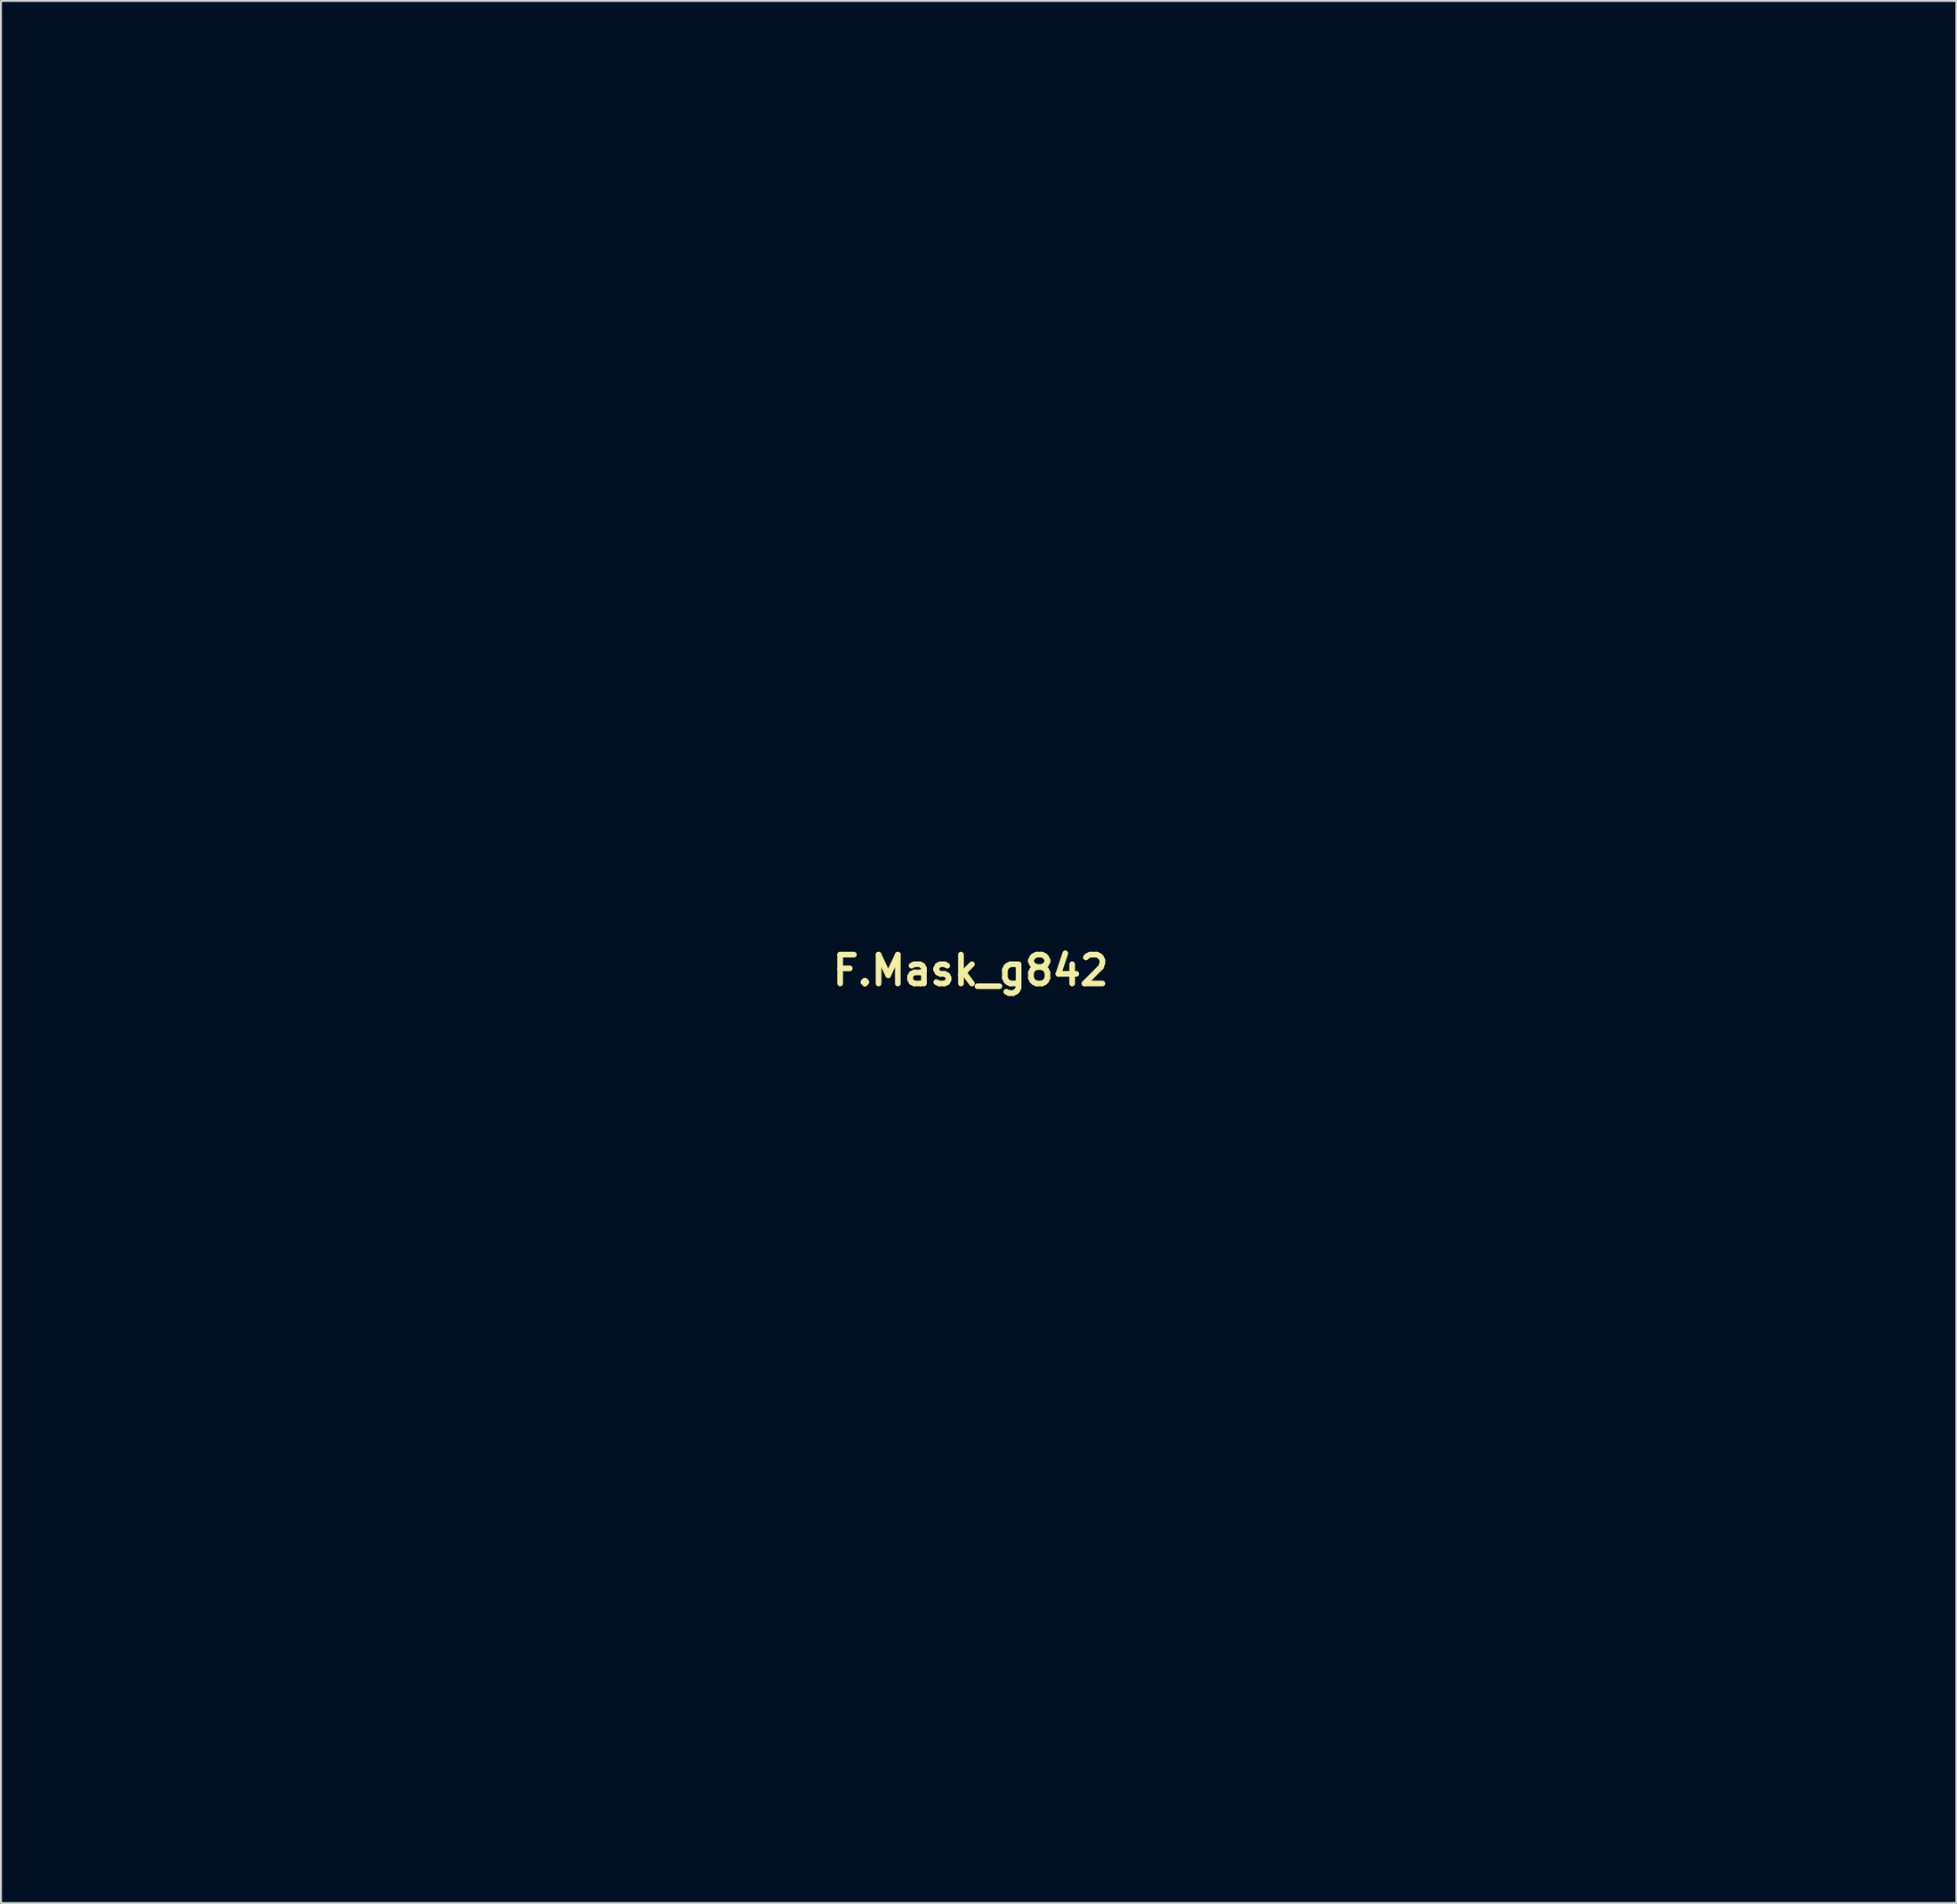
<source format=kicad_pcb>
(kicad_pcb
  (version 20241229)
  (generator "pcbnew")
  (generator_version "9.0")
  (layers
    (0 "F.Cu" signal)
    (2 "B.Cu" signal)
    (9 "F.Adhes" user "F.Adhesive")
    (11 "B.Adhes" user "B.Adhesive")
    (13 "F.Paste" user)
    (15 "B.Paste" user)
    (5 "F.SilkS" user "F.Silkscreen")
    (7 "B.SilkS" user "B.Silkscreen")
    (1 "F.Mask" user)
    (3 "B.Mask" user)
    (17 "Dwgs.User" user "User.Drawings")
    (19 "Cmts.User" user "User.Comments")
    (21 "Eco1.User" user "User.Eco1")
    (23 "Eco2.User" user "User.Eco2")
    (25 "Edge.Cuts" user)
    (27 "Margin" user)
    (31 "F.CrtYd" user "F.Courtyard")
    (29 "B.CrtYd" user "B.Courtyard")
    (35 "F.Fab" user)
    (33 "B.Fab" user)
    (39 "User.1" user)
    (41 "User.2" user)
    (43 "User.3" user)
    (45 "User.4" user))
  (footprint "F.Mask_g842"
    (layer "F.Cu")
    (at 48.258 48.256)
    (property "Reference" "F.Mask_g842" (at 0 0 0) (layer "F.SilkS") (effects (font (size 1.524 1.524) (thickness 0.3))))
    (attr through_hole)
    (fp_poly (pts (xy 22.945 43.857) (xy 22.013 43.857) (xy 22.013 44.577) (xy 22.86 44.577) (xy 22.86 44.831) (xy 22.013 44.831) (xy 22.013 45.932) (xy 21.675 45.932) (xy 21.675 43.603) (xy 22.945 43.603) (xy 22.945 43.857)) (stroke (width 0.01) (type solid)) (fill yes) (layer "F.Mask"))
    (fp_poly (pts (xy -45.957 45.539) (xy -45.861 45.619) (xy -45.84 45.656) (xy -45.82 45.777) (xy -45.864 45.879) (xy -45.951 45.947) (xy -46.058 45.968) (xy -46.166 45.928) (xy -46.2 45.897) (xy -46.264 45.775) (xy -46.247 45.651) (xy -46.187 45.573) (xy -46.076 45.522) (xy -45.957 45.539)) (stroke (width 0.01) (type solid)) (fill yes) (layer "F.Mask"))
    (fp_poly (pts (xy -47.926 45.56) (xy -47.857 45.644) (xy -47.837 45.745) (xy -47.87 45.858) (xy -47.953 45.939) (xy -48.06 45.975) (xy -48.165 45.955) (xy -48.215 45.913) (xy -48.247 45.831) (xy -48.253 45.716) (xy -48.252 45.713) (xy -48.21 45.597) (xy -48.126 45.534) (xy -48.024 45.522) (xy -47.926 45.56)) (stroke (width 0.01) (type solid)) (fill yes) (layer "F.Mask"))
    (fp_poly (pts (xy -19.791 44.53) (xy -19.692 44.624) (xy -19.644 44.747) (xy -19.643 44.767) (xy -19.676 44.893) (xy -19.761 44.986) (xy -19.874 45.033) (xy -19.992 45.026) (xy -20.077 44.969) (xy -20.148 44.841) (xy -20.156 44.707) (xy -20.109 44.591) (xy -20.013 44.512) (xy -19.915 44.492) (xy -19.791 44.53)) (stroke (width 0.01) (type solid)) (fill yes) (layer "F.Mask"))
    (fp_poly (pts (xy -23.874 44.507) (xy -23.762 44.566) (xy -23.685 44.668) (xy -23.664 44.767) (xy -23.697 44.882) (xy -23.777 44.982) (xy -23.878 45.039) (xy -23.909 45.043) (xy -24 45.019) (xy -24.078 44.977) (xy -24.149 44.881) (xy -24.173 44.751) (xy -24.148 44.622) (xy -24.106 44.559) (xy -23.997 44.5) (xy -23.874 44.507)) (stroke (width 0.01) (type solid)) (fill yes) (layer "F.Mask"))
    (fp_poly (pts (xy -47.894 44.185) (xy -47.911 44.519) (xy -47.927 44.777) (xy -47.944 44.969) (xy -47.963 45.104) (xy -47.984 45.19) (xy -48.011 45.237) (xy -48.043 45.254) (xy -48.052 45.254) (xy -48.13 45.234) (xy -48.153 45.213) (xy -48.163 45.16) (xy -48.174 45.036) (xy -48.185 44.855) (xy -48.196 44.632) (xy -48.205 44.388) (xy -48.231 43.603) (xy -47.866 43.603) (xy -47.894 44.185)) (stroke (width 0.01) (type solid)) (fill yes) (layer "F.Mask"))
    (fp_poly (pts (xy -45.903 44.334) (xy -45.915 44.638) (xy -45.928 44.868) (xy -45.942 45.033) (xy -45.961 45.144) (xy -45.984 45.211) (xy -46.015 45.245) (xy -46.054 45.254) (xy -46.058 45.254) (xy -46.105 45.234) (xy -46.137 45.163) (xy -46.16 45.032) (xy -46.172 44.906) (xy -46.186 44.72) (xy -46.2 44.495) (xy -46.212 44.255) (xy -46.215 44.207) (xy -46.241 43.603) (xy -45.876 43.603) (xy -45.903 44.334)) (stroke (width 0.01) (type solid)) (fill yes) (layer "F.Mask"))
    (fp_poly (pts (xy 8.33 45.56) (xy 8.414 45.618) (xy 8.423 45.633) (xy 8.463 45.79) (xy 8.44 45.965) (xy 8.361 46.129) (xy 8.246 46.247) (xy 8.156 46.301) (xy 8.099 46.303) (xy 8.049 46.256) (xy 8.032 46.202) (xy 8.078 46.135) (xy 8.112 46.105) (xy 8.183 46.038) (xy 8.193 45.999) (xy 8.149 45.959) (xy 8.138 45.951) (xy 8.046 45.842) (xy 8.032 45.703) (xy 8.048 45.644) (xy 8.113 45.574) (xy 8.218 45.546) (xy 8.33 45.56)) (stroke (width 0.01) (type solid)) (fill yes) (layer "F.Mask"))
    (fp_poly (pts (xy 41.148 45.932) (xy 40.853 45.932) (xy 40.831 44.097) (xy 40.684 44.509) (xy 40.538 44.92) (xy 40.393 44.907) (xy 40.325 44.898) (xy 40.275 44.873) (xy 40.233 44.819) (xy 40.186 44.718) (xy 40.124 44.557) (xy 40.109 44.514) (xy 39.968 44.133) (xy 39.965 45.032) (xy 39.963 45.932) (xy 39.624 45.932) (xy 39.624 43.603) (xy 40.034 43.603) (xy 40.216 44.094) (xy 40.398 44.585) (xy 40.575 44.105) (xy 40.752 43.624) (xy 40.95 43.612) (xy 41.148 43.599) (xy 41.148 45.932)) (stroke (width 0.01) (type solid)) (fill yes) (layer "F.Mask"))
    (fp_poly (pts (xy 44.858 44.165) (xy 45.005 44.19) (xy 45.079 44.23) (xy 45.091 44.3) (xy 45.06 44.394) (xy 45.016 44.481) (xy 44.966 44.507) (xy 44.875 44.488) (xy 44.858 44.483) (xy 44.672 44.459) (xy 44.505 44.511) (xy 44.343 44.644) (xy 44.337 44.651) (xy 44.196 44.805) (xy 44.196 45.932) (xy 43.9 45.932) (xy 43.9 44.196) (xy 44.048 44.196) (xy 44.147 44.203) (xy 44.188 44.239) (xy 44.196 44.326) (xy 44.196 44.457) (xy 44.326 44.326) (xy 44.462 44.217) (xy 44.607 44.164) (xy 44.79 44.158) (xy 44.858 44.165)) (stroke (width 0.01) (type solid)) (fill yes) (layer "F.Mask"))
    (fp_poly (pts (xy 2.683 44.159) (xy 2.813 44.195) (xy 2.883 44.228) (xy 2.9 44.272) (xy 2.871 44.358) (xy 2.864 44.375) (xy 2.807 44.468) (xy 2.751 44.497) (xy 2.747 44.497) (xy 2.519 44.461) (xy 2.327 44.501) (xy 2.166 44.617) (xy 2.085 44.718) (xy 2.045 44.784) (xy 2.018 44.855) (xy 2.002 44.948) (xy 1.993 45.082) (xy 1.99 45.274) (xy 1.99 45.395) (xy 1.99 45.932) (xy 1.693 45.932) (xy 1.693 44.196) (xy 1.841 44.196) (xy 1.941 44.203) (xy 1.982 44.24) (xy 1.991 44.33) (xy 1.991 44.334) (xy 1.995 44.424) (xy 2.013 44.441) (xy 2.059 44.392) (xy 2.065 44.385) (xy 2.244 44.235) (xy 2.455 44.158) (xy 2.683 44.159)) (stroke (width 0.01) (type solid)) (fill yes) (layer "F.Mask"))
    (fp_poly (pts (xy 6.481 44.197) (xy 6.666 44.201) (xy 6.789 44.209) (xy 6.861 44.222) (xy 6.894 44.241) (xy 6.9 44.259) (xy 6.877 44.311) (xy 6.81 44.42) (xy 6.709 44.575) (xy 6.581 44.763) (xy 6.433 44.973) (xy 6.414 45) (xy 5.928 45.678) (xy 6.9 45.678) (xy 6.9 45.932) (xy 6.223 45.932) (xy 5.97 45.931) (xy 5.789 45.929) (xy 5.669 45.924) (xy 5.597 45.913) (xy 5.56 45.895) (xy 5.547 45.869) (xy 5.546 45.836) (xy 5.57 45.77) (xy 5.639 45.648) (xy 5.745 45.481) (xy 5.882 45.28) (xy 6.006 45.106) (xy 6.467 44.471) (xy 6.006 44.459) (xy 5.546 44.447) (xy 5.546 44.196) (xy 6.223 44.196) (xy 6.481 44.197)) (stroke (width 0.01) (type solid)) (fill yes) (layer "F.Mask"))
    (fp_poly (pts (xy -39.583 44.201) (xy -39.448 44.293) (xy -39.375 44.413) (xy -39.358 44.505) (xy -39.343 44.666) (xy -39.333 44.879) (xy -39.328 45.129) (xy -39.328 45.239) (xy -39.328 45.932) (xy -39.624 45.932) (xy -39.624 45.254) (xy -39.625 44.998) (xy -39.628 44.813) (xy -39.636 44.684) (xy -39.649 44.599) (xy -39.669 44.543) (xy -39.699 44.503) (xy -39.709 44.492) (xy -39.834 44.417) (xy -39.98 44.424) (xy -40.148 44.511) (xy -40.27 44.611) (xy -40.386 44.72) (xy -40.386 45.932) (xy -40.682 45.932) (xy -40.682 44.196) (xy -40.534 44.196) (xy -40.434 44.204) (xy -40.393 44.239) (xy -40.386 44.309) (xy -40.386 44.422) (xy -40.291 44.333) (xy -40.126 44.222) (xy -39.94 44.163) (xy -39.753 44.157) (xy -39.583 44.201)) (stroke (width 0.01) (type solid)) (fill yes) (layer "F.Mask"))
    (fp_poly (pts (xy -7.436 44.196) (xy -7.295 44.301) (xy -7.204 44.464) (xy -7.198 44.484) (xy -7.183 44.581) (xy -7.17 44.744) (xy -7.16 44.952) (xy -7.155 45.186) (xy -7.155 45.286) (xy -7.154 45.932) (xy -7.445 45.932) (xy -7.458 45.259) (xy -7.465 45) (xy -7.472 44.813) (xy -7.484 44.682) (xy -7.5 44.595) (xy -7.523 44.537) (xy -7.552 44.497) (xy -7.672 44.421) (xy -7.82 44.424) (xy -7.993 44.505) (xy -8.037 44.535) (xy -8.213 44.662) (xy -8.213 45.932) (xy -8.509 45.932) (xy -8.509 44.196) (xy -8.361 44.196) (xy -8.259 44.205) (xy -8.218 44.242) (xy -8.213 44.282) (xy -8.208 44.331) (xy -8.183 44.342) (xy -8.118 44.313) (xy -8.029 44.261) (xy -7.817 44.172) (xy -7.615 44.151) (xy -7.436 44.196)) (stroke (width 0.01) (type solid)) (fill yes) (layer "F.Mask"))
    (fp_poly (pts (xy 3.852 44.873) (xy 3.853 45.129) (xy 3.856 45.314) (xy 3.864 45.442) (xy 3.877 45.527) (xy 3.897 45.583) (xy 3.926 45.624) (xy 3.941 45.64) (xy 4.06 45.703) (xy 4.208 45.691) (xy 4.379 45.605) (xy 4.445 45.556) (xy 4.593 45.436) (xy 4.605 44.816) (xy 4.617 44.196) (xy 4.911 44.196) (xy 4.911 45.932) (xy 4.763 45.932) (xy 4.662 45.924) (xy 4.621 45.888) (xy 4.614 45.825) (xy 4.614 45.719) (xy 4.446 45.83) (xy 4.244 45.926) (xy 4.033 45.961) (xy 3.839 45.933) (xy 3.784 45.909) (xy 3.707 45.863) (xy 3.649 45.804) (xy 3.608 45.722) (xy 3.581 45.603) (xy 3.565 45.436) (xy 3.558 45.209) (xy 3.556 44.914) (xy 3.556 44.196) (xy 3.852 44.196) (xy 3.852 44.873)) (stroke (width 0.01) (type solid)) (fill yes) (layer "F.Mask"))
    (fp_poly (pts (xy 18.553 -33.848) (xy 18.943 -33.705) (xy 19.275 -33.502) (xy 19.549 -33.237) (xy 19.763 -32.912) (xy 19.918 -32.526) (xy 19.964 -32.356) (xy 19.995 -32.185) (xy 20.013 -31.987) (xy 20.02 -31.74) (xy 20.017 -31.454) (xy 20.002 -30.84) (xy 19.834 -30.525) (xy 19.608 -30.168) (xy 19.344 -29.868) (xy 19.052 -29.631) (xy 18.739 -29.461) (xy 18.412 -29.363) (xy 18.081 -29.342) (xy 17.841 -29.377) (xy 17.513 -29.497) (xy 17.214 -29.69) (xy 16.95 -29.945) (xy 16.726 -30.253) (xy 16.549 -30.604) (xy 16.425 -30.988) (xy 16.359 -31.397) (xy 16.354 -31.771) (xy 16.409 -32.172) (xy 16.523 -32.547) (xy 16.688 -32.89) (xy 16.898 -33.193) (xy 17.144 -33.451) (xy 17.42 -33.656) (xy 17.718 -33.801) (xy 18.031 -33.88) (xy 18.352 -33.885) (xy 18.553 -33.848)) (stroke (width 0.01) (type solid)) (fill yes) (layer "F.Mask"))
    (fp_poly (pts (xy -21.799 43.583) (xy -21.59 43.668) (xy -21.443 43.811) (xy -21.358 44.01) (xy -21.336 44.217) (xy -21.356 44.404) (xy -21.419 44.595) (xy -21.532 44.803) (xy -21.701 45.039) (xy -21.88 45.257) (xy -22.223 45.657) (xy -21.758 45.668) (xy -21.294 45.68) (xy -21.294 45.932) (xy -22.606 45.932) (xy -22.606 45.821) (xy -22.574 45.718) (xy -22.476 45.571) (xy -22.358 45.429) (xy -22.124 45.156) (xy -21.946 44.929) (xy -21.817 44.736) (xy -21.731 44.568) (xy -21.681 44.413) (xy -21.662 44.26) (xy -21.661 44.257) (xy -21.685 44.064) (xy -21.771 43.926) (xy -21.914 43.845) (xy -22.108 43.825) (xy -22.296 43.855) (xy -22.423 43.881) (xy -22.493 43.878) (xy -22.527 43.849) (xy -22.567 43.736) (xy -22.527 43.651) (xy -22.408 43.592) (xy -22.209 43.561) (xy -22.069 43.556) (xy -21.799 43.583)) (stroke (width 0.01) (type solid)) (fill yes) (layer "F.Mask"))
    (fp_poly (pts (xy 48.641 43.561) (xy 48.641 45.678) (xy 48.874 45.678) (xy 49.007 45.68) (xy 49.076 45.694) (xy 49.103 45.731) (xy 49.107 45.803) (xy 49.107 45.932) (xy 47.837 45.932) (xy 47.837 45.805) (xy 47.84 45.734) (xy 47.863 45.696) (xy 47.926 45.681) (xy 48.05 45.678) (xy 48.091 45.678) (xy 48.345 45.678) (xy 48.345 44.81) (xy 48.344 44.549) (xy 48.341 44.32) (xy 48.336 44.134) (xy 48.33 44.005) (xy 48.324 43.945) (xy 48.322 43.942) (xy 48.273 43.96) (xy 48.179 44.004) (xy 48.133 44.027) (xy 47.999 44.089) (xy 47.923 44.103) (xy 47.888 44.067) (xy 47.879 43.976) (xy 47.879 43.974) (xy 47.886 43.898) (xy 47.918 43.84) (xy 47.991 43.783) (xy 48.121 43.709) (xy 48.144 43.697) (xy 48.295 43.627) (xy 48.432 43.577) (xy 48.525 43.56) (xy 48.641 43.561)) (stroke (width 0.01) (type solid)) (fill yes) (layer "F.Mask"))
    (fp_poly (pts (xy -29.972 44.196) (xy -29.379 44.196) (xy -29.379 44.45) (xy -29.972 44.45) (xy -29.972 44.956) (xy -29.966 45.242) (xy -29.945 45.453) (xy -29.903 45.596) (xy -29.835 45.679) (xy -29.736 45.711) (xy -29.601 45.7) (xy -29.506 45.678) (xy -29.361 45.656) (xy -29.28 45.688) (xy -29.26 45.775) (xy -29.263 45.803) (xy -29.313 45.865) (xy -29.424 45.914) (xy -29.573 45.948) (xy -29.736 45.963) (xy -29.891 45.955) (xy -30.013 45.92) (xy -30.014 45.92) (xy -30.109 45.855) (xy -30.179 45.76) (xy -30.226 45.623) (xy -30.254 45.433) (xy -30.267 45.177) (xy -30.268 45.011) (xy -30.268 44.45) (xy -30.416 44.45) (xy -30.516 44.443) (xy -30.557 44.407) (xy -30.565 44.323) (xy -30.556 44.238) (xy -30.515 44.203) (xy -30.416 44.196) (xy -30.268 44.196) (xy -30.268 43.73) (xy -29.972 43.73) (xy -29.972 44.196)) (stroke (width 0.01) (type solid)) (fill yes) (layer "F.Mask"))
    (fp_poly (pts (xy 11.545 -27.35) (xy 11.856 -27.245) (xy 12.161 -27.06) (xy 12.457 -26.797) (xy 12.612 -26.621) (xy 12.871 -26.257) (xy 13.048 -25.9) (xy 13.142 -25.546) (xy 13.156 -25.191) (xy 13.091 -24.831) (xy 13.082 -24.802) (xy 13.009 -24.576) (xy 12.94 -24.408) (xy 12.862 -24.271) (xy 12.76 -24.139) (xy 12.688 -24.058) (xy 12.432 -23.841) (xy 12.132 -23.689) (xy 11.8 -23.605) (xy 11.451 -23.594) (xy 11.138 -23.647) (xy 10.757 -23.789) (xy 10.426 -23.997) (xy 10.149 -24.264) (xy 9.935 -24.583) (xy 9.819 -24.853) (xy 9.775 -24.997) (xy 9.75 -25.128) (xy 9.741 -25.273) (xy 9.746 -25.463) (xy 9.75 -25.548) (xy 9.785 -25.915) (xy 9.851 -26.218) (xy 9.955 -26.477) (xy 10.104 -26.708) (xy 10.307 -26.931) (xy 10.343 -26.966) (xy 10.629 -27.184) (xy 10.927 -27.321) (xy 11.234 -27.376) (xy 11.545 -27.35)) (stroke (width 0.01) (type solid)) (fill yes) (layer "F.Mask"))
    (fp_poly (pts (xy -25.806 43.584) (xy -25.601 43.67) (xy -25.458 43.814) (xy -25.377 44.015) (xy -25.358 44.205) (xy -25.384 44.42) (xy -25.466 44.646) (xy -25.609 44.892) (xy -25.818 45.169) (xy -25.927 45.297) (xy -26.242 45.657) (xy -25.779 45.668) (xy -25.315 45.68) (xy -25.315 45.932) (xy -26.628 45.932) (xy -26.628 45.822) (xy -26.602 45.737) (xy -26.523 45.612) (xy -26.385 45.439) (xy -26.305 45.346) (xy -26.087 45.089) (xy -25.924 44.875) (xy -25.808 44.69) (xy -25.732 44.522) (xy -25.694 44.398) (xy -25.669 44.261) (xy -25.676 44.158) (xy -25.721 44.045) (xy -25.724 44.039) (xy -25.823 43.905) (xy -25.962 43.834) (xy -26.149 43.826) (xy -26.299 43.852) (xy -26.453 43.876) (xy -26.543 43.858) (xy -26.578 43.791) (xy -26.575 43.712) (xy -26.524 43.637) (xy -26.395 43.586) (xy -26.187 43.561) (xy -26.07 43.557) (xy -25.806 43.584)) (stroke (width 0.01) (type solid)) (fill yes) (layer "F.Mask"))
    (fp_poly (pts (xy 10.227 -34.787) (xy 10.475 -34.746) (xy 10.694 -34.655) (xy 10.907 -34.507) (xy 11.113 -34.315) (xy 11.366 -34.029) (xy 11.551 -33.743) (xy 11.674 -33.44) (xy 11.744 -33.099) (xy 11.768 -32.704) (xy 11.768 -32.662) (xy 11.734 -32.179) (xy 11.635 -31.74) (xy 11.472 -31.35) (xy 11.249 -31.012) (xy 10.968 -30.731) (xy 10.63 -30.51) (xy 10.597 -30.494) (xy 10.416 -30.41) (xy 10.267 -30.36) (xy 10.11 -30.335) (xy 9.935 -30.324) (xy 9.684 -30.325) (xy 9.48 -30.353) (xy 9.352 -30.388) (xy 9.009 -30.544) (xy 8.716 -30.767) (xy 8.474 -31.054) (xy 8.289 -31.399) (xy 8.162 -31.8) (xy 8.152 -31.846) (xy 8.091 -32.319) (xy 8.103 -32.781) (xy 8.186 -33.221) (xy 8.336 -33.629) (xy 8.551 -33.996) (xy 8.779 -34.264) (xy 9.035 -34.49) (xy 9.286 -34.645) (xy 9.555 -34.74) (xy 9.864 -34.785) (xy 9.927 -34.789) (xy 10.227 -34.787)) (stroke (width 0.01) (type solid)) (fill yes) (layer "F.Mask"))
    (fp_poly (pts (xy 30.417 43.572) (xy 30.58 43.615) (xy 30.619 43.634) (xy 30.782 43.776) (xy 30.881 43.97) (xy 30.912 44.209) (xy 30.897 44.379) (xy 30.85 44.547) (xy 30.767 44.724) (xy 30.639 44.922) (xy 30.461 45.152) (xy 30.232 45.421) (xy 30.006 45.678) (xy 30.946 45.678) (xy 30.946 45.932) (xy 29.633 45.932) (xy 29.633 45.825) (xy 29.66 45.742) (xy 29.743 45.613) (xy 29.884 45.436) (xy 29.987 45.317) (xy 30.211 45.05) (xy 30.377 44.826) (xy 30.489 44.632) (xy 30.556 44.457) (xy 30.583 44.291) (xy 30.584 44.253) (xy 30.556 44.055) (xy 30.469 43.916) (xy 30.325 43.838) (xy 30.127 43.823) (xy 29.945 43.854) (xy 29.828 43.881) (xy 29.752 43.892) (xy 29.737 43.891) (xy 29.719 43.845) (xy 29.697 43.766) (xy 29.688 43.69) (xy 29.723 43.644) (xy 29.821 43.604) (xy 30.005 43.566) (xy 30.215 43.555) (xy 30.417 43.572)) (stroke (width 0.01) (type solid)) (fill yes) (layer "F.Mask"))
    (fp_poly (pts (xy -41.864 44.166) (xy -41.633 44.238) (xy -41.452 44.376) (xy -41.323 44.578) (xy -41.25 44.84) (xy -41.235 45.064) (xy -41.26 45.354) (xy -41.341 45.585) (xy -41.48 45.769) (xy -41.55 45.828) (xy -41.745 45.928) (xy -41.975 45.968) (xy -42.212 45.946) (xy -42.361 45.895) (xy -42.521 45.787) (xy -42.652 45.617) (xy -42.657 45.607) (xy -42.72 45.489) (xy -42.757 45.382) (xy -42.773 45.253) (xy -42.777 45.072) (xy -42.777 45.064) (xy -42.775 44.99) (xy -42.47 44.99) (xy -42.462 45.202) (xy -42.412 45.401) (xy -42.321 45.563) (xy -42.211 45.658) (xy -42.072 45.699) (xy -41.912 45.693) (xy -41.775 45.644) (xy -41.751 45.627) (xy -41.645 45.491) (xy -41.573 45.303) (xy -41.538 45.089) (xy -41.547 44.878) (xy -41.587 44.731) (xy -41.691 44.569) (xy -41.832 44.46) (xy -41.993 44.411) (xy -42.155 44.43) (xy -42.239 44.474) (xy -42.359 44.604) (xy -42.436 44.783) (xy -42.47 44.99) (xy -42.775 44.99) (xy -42.771 44.862) (xy -42.748 44.715) (xy -42.705 44.593) (xy -42.683 44.549) (xy -42.534 44.348) (xy -42.342 44.218) (xy -42.142 44.164) (xy -41.864 44.166)) (stroke (width 0.01) (type solid)) (fill yes) (layer "F.Mask"))
    (fp_poly (pts (xy 14.457 43.605) (xy 14.817 44.708) (xy 14.912 45) (xy 14.999 45.267) (xy 15.073 45.499) (xy 15.133 45.684) (xy 15.173 45.812) (xy 15.19 45.87) (xy 15.19 45.871) (xy 15.175 45.913) (xy 15.096 45.93) (xy 15.041 45.932) (xy 14.877 45.932) (xy 14.636 45.127) (xy 13.903 45.127) (xy 13.775 45.519) (xy 13.648 45.91) (xy 13.488 45.924) (xy 13.382 45.925) (xy 13.342 45.901) (xy 13.342 45.875) (xy 13.358 45.819) (xy 13.398 45.694) (xy 13.456 45.511) (xy 13.53 45.281) (xy 13.617 45.014) (xy 13.686 44.802) (xy 14.012 44.802) (xy 14.051 44.817) (xy 14.151 44.828) (xy 14.269 44.831) (xy 14.41 44.829) (xy 14.484 44.818) (xy 14.508 44.792) (xy 14.5 44.742) (xy 14.498 44.736) (xy 14.431 44.51) (xy 14.369 44.317) (xy 14.317 44.172) (xy 14.281 44.086) (xy 14.267 44.069) (xy 14.245 44.106) (xy 14.207 44.202) (xy 14.158 44.334) (xy 14.106 44.483) (xy 14.06 44.624) (xy 14.026 44.738) (xy 14.012 44.801) (xy 14.012 44.802) (xy 13.686 44.802) (xy 13.711 44.723) (xy 13.716 44.708) (xy 14.076 43.605) (xy 14.457 43.605)) (stroke (width 0.01) (type solid)) (fill yes) (layer "F.Mask"))
    (fp_poly (pts (xy -5.842 44.192) (xy -5.556 44.205) (xy -5.405 44.213) (xy -5.319 44.227) (xy -5.281 44.255) (xy -5.271 44.303) (xy -5.271 44.323) (xy -5.276 44.379) (xy -5.304 44.412) (xy -5.373 44.43) (xy -5.503 44.439) (xy -5.556 44.441) (xy -5.842 44.454) (xy -5.842 45.002) (xy -5.841 45.23) (xy -5.836 45.389) (xy -5.825 45.495) (xy -5.806 45.565) (xy -5.777 45.613) (xy -5.753 45.639) (xy -5.693 45.686) (xy -5.618 45.707) (xy -5.511 45.701) (xy -5.35 45.67) (xy -5.265 45.65) (xy -5.195 45.652) (xy -5.16 45.716) (xy -5.154 45.741) (xy -5.154 45.83) (xy -5.212 45.883) (xy -5.244 45.896) (xy -5.396 45.937) (xy -5.575 45.957) (xy -5.747 45.957) (xy -5.883 45.934) (xy -5.922 45.918) (xy -6.001 45.862) (xy -6.057 45.793) (xy -6.096 45.695) (xy -6.12 45.556) (xy -6.132 45.362) (xy -6.137 45.098) (xy -6.137 45.053) (xy -6.138 44.45) (xy -6.308 44.45) (xy -6.416 44.445) (xy -6.465 44.418) (xy -6.477 44.35) (xy -6.477 44.323) (xy -6.47 44.242) (xy -6.434 44.205) (xy -6.344 44.196) (xy -6.308 44.196) (xy -6.138 44.196) (xy -6.138 43.73) (xy -5.842 43.73) (xy -5.842 44.192)) (stroke (width 0.01) (type solid)) (fill yes) (layer "F.Mask"))
    (fp_poly (pts (xy 25.95 44.323) (xy 26.108 44.238) (xy 26.325 44.163) (xy 26.542 44.16) (xy 26.741 44.225) (xy 26.905 44.352) (xy 26.994 44.482) (xy 27.047 44.651) (xy 27.074 44.87) (xy 27.077 45.112) (xy 27.055 45.347) (xy 27.009 45.546) (xy 26.975 45.626) (xy 26.837 45.81) (xy 26.661 45.928) (xy 26.464 45.975) (xy 26.26 45.947) (xy 26.104 45.869) (xy 26.009 45.808) (xy 25.964 45.792) (xy 25.951 45.821) (xy 25.95 45.848) (xy 25.933 45.906) (xy 25.867 45.929) (xy 25.802 45.932) (xy 25.654 45.932) (xy 25.654 45.029) (xy 25.952 45.029) (xy 25.956 45.208) (xy 25.969 45.361) (xy 25.991 45.462) (xy 25.995 45.471) (xy 26.073 45.56) (xy 26.193 45.646) (xy 26.318 45.706) (xy 26.388 45.72) (xy 26.464 45.691) (xy 26.564 45.62) (xy 26.607 45.58) (xy 26.713 45.429) (xy 26.775 45.246) (xy 26.795 45.049) (xy 26.776 44.852) (xy 26.722 44.674) (xy 26.634 44.529) (xy 26.517 44.435) (xy 26.396 44.408) (xy 26.252 44.435) (xy 26.11 44.504) (xy 26.008 44.595) (xy 25.994 44.617) (xy 25.971 44.707) (xy 25.957 44.853) (xy 25.952 45.029) (xy 25.654 45.029) (xy 25.654 43.603) (xy 25.95 43.603) (xy 25.95 44.323)) (stroke (width 0.01) (type solid)) (fill yes) (layer "F.Mask"))
    (fp_poly (pts (xy -29.89 -16.544) (xy -29.464 -16.439) (xy -29.066 -16.266) (xy -28.684 -16.018) (xy -28.308 -15.693) (xy -28.256 -15.642) (xy -27.915 -15.254) (xy -27.655 -14.845) (xy -27.47 -14.406) (xy -27.357 -13.929) (xy -27.318 -13.547) (xy -27.33 -12.982) (xy -27.422 -12.419) (xy -27.589 -11.864) (xy -27.827 -11.32) (xy -28.13 -10.793) (xy -28.495 -10.29) (xy -28.916 -9.814) (xy -29.389 -9.371) (xy -29.909 -8.967) (xy -30.471 -8.607) (xy -31.071 -8.295) (xy -31.704 -8.038) (xy -32.366 -7.839) (xy -32.422 -7.826) (xy -32.814 -7.745) (xy -33.224 -7.684) (xy -33.632 -7.644) (xy -34.022 -7.626) (xy -34.375 -7.631) (xy -34.675 -7.66) (xy -34.808 -7.686) (xy -35.198 -7.824) (xy -35.561 -8.041) (xy -35.896 -8.336) (xy -36.095 -8.566) (xy -36.376 -8.992) (xy -36.598 -9.469) (xy -36.758 -9.984) (xy -36.858 -10.529) (xy -36.896 -11.094) (xy -36.873 -11.668) (xy -36.788 -12.242) (xy -36.642 -12.806) (xy -36.433 -13.349) (xy -36.211 -13.78) (xy -35.942 -14.166) (xy -35.597 -14.54) (xy -35.185 -14.897) (xy -34.714 -15.232) (xy -34.194 -15.54) (xy -33.632 -15.817) (xy -33.037 -16.06) (xy -32.418 -16.262) (xy -31.783 -16.42) (xy -31.142 -16.53) (xy -30.872 -16.56) (xy -30.355 -16.583) (xy -29.89 -16.544)) (stroke (width 0.01) (type solid)) (fill yes) (layer "F.Mask"))
    (fp_poly (pts (xy -23.621 43.608) (xy -23.442 43.746) (xy -23.301 43.957) (xy -23.292 43.977) (xy -23.215 44.206) (xy -23.17 44.478) (xy -23.156 44.77) (xy -23.171 45.062) (xy -23.216 45.329) (xy -23.289 45.551) (xy -23.34 45.642) (xy -23.506 45.824) (xy -23.705 45.936) (xy -23.923 45.975) (xy -24.145 45.937) (xy -24.264 45.882) (xy -24.429 45.739) (xy -24.558 45.529) (xy -24.646 45.263) (xy -24.691 44.951) (xy -24.691 44.851) (xy -24.372 44.851) (xy -24.351 45.106) (xy -24.304 45.334) (xy -24.273 45.423) (xy -24.174 45.584) (xy -24.042 45.674) (xy -23.89 45.689) (xy -23.733 45.626) (xy -23.674 45.579) (xy -23.588 45.466) (xy -23.529 45.3) (xy -23.493 45.074) (xy -23.481 44.776) (xy -23.481 44.719) (xy -23.484 44.508) (xy -23.496 44.356) (xy -23.52 44.239) (xy -23.561 44.132) (xy -23.584 44.084) (xy -23.697 43.921) (xy -23.833 43.832) (xy -23.979 43.819) (xy -24.122 43.882) (xy -24.221 43.984) (xy -24.292 44.133) (xy -24.342 44.342) (xy -24.369 44.588) (xy -24.372 44.851) (xy -24.691 44.851) (xy -24.69 44.603) (xy -24.679 44.48) (xy -24.619 44.155) (xy -24.52 43.902) (xy -24.38 43.719) (xy -24.196 43.601) (xy -24.074 43.563) (xy -23.833 43.546) (xy -23.621 43.608)) (stroke (width 0.01) (type solid)) (fill yes) (layer "F.Mask"))
    (fp_poly (pts (xy 0.509 43.566) (xy 0.67 43.593) (xy 0.809 43.631) (xy 0.903 43.674) (xy 0.931 43.71) (xy 0.915 43.759) (xy 0.877 43.84) (xy 0.839 43.913) (xy 0.829 43.93) (xy 0.789 43.922) (xy 0.697 43.893) (xy 0.655 43.878) (xy 0.4 43.821) (xy 0.175 43.836) (xy -0.013 43.921) (xy -0.158 44.075) (xy -0.193 44.138) (xy -0.233 44.239) (xy -0.258 44.36) (xy -0.271 44.523) (xy -0.275 44.746) (xy -0.264 45.034) (xy -0.228 45.254) (xy -0.163 45.421) (xy -0.062 45.549) (xy 0.005 45.605) (xy 0.14 45.662) (xy 0.318 45.684) (xy 0.505 45.67) (xy 0.667 45.619) (xy 0.673 45.617) (xy 0.77 45.572) (xy 0.835 45.551) (xy 0.838 45.551) (xy 0.875 45.583) (xy 0.922 45.655) (xy 0.959 45.733) (xy 0.966 45.782) (xy 0.965 45.784) (xy 0.829 45.859) (xy 0.639 45.917) (xy 0.42 45.953) (xy 0.203 45.963) (xy 0.015 45.942) (xy -0.024 45.931) (xy -0.212 45.83) (xy -0.371 45.661) (xy -0.495 45.437) (xy -0.58 45.169) (xy -0.622 44.872) (xy -0.614 44.557) (xy -0.593 44.41) (xy -0.515 44.104) (xy -0.402 43.871) (xy -0.247 43.707) (xy -0.044 43.604) (xy 0.213 43.558) (xy 0.345 43.555) (xy 0.509 43.566)) (stroke (width 0.01) (type solid)) (fill yes) (layer "F.Mask"))
    (fp_poly (pts (xy -33.729 44.193) (xy -33.536 44.303) (xy -33.381 44.471) (xy -33.277 44.686) (xy -33.233 44.934) (xy -33.232 44.969) (xy -33.232 45.085) (xy -34.426 45.085) (xy -34.397 45.201) (xy -34.307 45.429) (xy -34.167 45.591) (xy -33.983 45.683) (xy -33.759 45.702) (xy -33.718 45.698) (xy -33.539 45.675) (xy -33.427 45.666) (xy -33.365 45.674) (xy -33.337 45.702) (xy -33.326 45.754) (xy -33.324 45.77) (xy -33.326 45.847) (xy -33.37 45.893) (xy -33.473 45.929) (xy -33.713 45.968) (xy -33.962 45.962) (xy -34.183 45.913) (xy -34.228 45.894) (xy -34.443 45.754) (xy -34.597 45.556) (xy -34.687 45.304) (xy -34.713 45.038) (xy -34.681 44.758) (xy -34.674 44.742) (xy -34.377 44.742) (xy -34.356 44.791) (xy -34.263 44.819) (xy -34.095 44.83) (xy -33.972 44.831) (xy -33.786 44.83) (xy -33.668 44.824) (xy -33.603 44.81) (xy -33.576 44.785) (xy -33.57 44.744) (xy -33.57 44.743) (xy -33.599 44.658) (xy -33.67 44.557) (xy -33.694 44.531) (xy -33.84 44.428) (xy -33.988 44.409) (xy -34.14 44.474) (xy -34.231 44.552) (xy -34.334 44.664) (xy -34.377 44.742) (xy -34.674 44.742) (xy -34.587 44.521) (xy -34.44 44.336) (xy -34.246 44.212) (xy -34.012 44.156) (xy -33.951 44.154) (xy -33.729 44.193)) (stroke (width 0.01) (type solid)) (fill yes) (layer "F.Mask"))
    (fp_poly (pts (xy -19.678 43.578) (xy -19.507 43.665) (xy -19.365 43.822) (xy -19.284 43.96) (xy -19.222 44.093) (xy -19.182 44.216) (xy -19.159 44.357) (xy -19.145 44.546) (xy -19.142 44.617) (xy -19.144 44.994) (xy -19.187 45.304) (xy -19.271 45.552) (xy -19.4 45.747) (xy -19.524 45.861) (xy -19.682 45.933) (xy -19.878 45.963) (xy -20.078 45.948) (xy -20.237 45.893) (xy -20.392 45.764) (xy -20.517 45.568) (xy -20.609 45.322) (xy -20.666 45.04) (xy -20.679 44.828) (xy -20.353 44.828) (xy -20.339 45.077) (xy -20.302 45.298) (xy -20.251 45.45) (xy -20.143 45.599) (xy -20.002 45.677) (xy -19.845 45.682) (xy -19.688 45.608) (xy -19.653 45.579) (xy -19.57 45.471) (xy -19.512 45.312) (xy -19.478 45.094) (xy -19.464 44.806) (xy -19.464 44.713) (xy -19.468 44.5) (xy -19.48 44.347) (xy -19.504 44.229) (xy -19.543 44.123) (xy -19.565 44.078) (xy -19.678 43.918) (xy -19.814 43.831) (xy -19.96 43.82) (xy -20.103 43.885) (xy -20.199 43.984) (xy -20.267 44.127) (xy -20.316 44.33) (xy -20.345 44.571) (xy -20.353 44.828) (xy -20.679 44.828) (xy -20.684 44.735) (xy -20.661 44.423) (xy -20.594 44.119) (xy -20.589 44.103) (xy -20.48 43.858) (xy -20.328 43.686) (xy -20.131 43.584) (xy -19.891 43.551) (xy -19.678 43.578)) (stroke (width 0.01) (type solid)) (fill yes) (layer "F.Mask"))
    (fp_poly (pts (xy -43.774 43.559) (xy -43.58 43.585) (xy -43.458 43.621) (xy -43.357 43.67) (xy -43.318 43.718) (xy -43.324 43.791) (xy -43.327 43.804) (xy -43.351 43.892) (xy -43.367 43.931) (xy -43.409 43.925) (xy -43.506 43.897) (xy -43.578 43.873) (xy -43.799 43.826) (xy -44.009 43.833) (xy -44.185 43.89) (xy -44.261 43.943) (xy -44.372 44.081) (xy -44.444 44.258) (xy -44.481 44.486) (xy -44.486 44.779) (xy -44.485 44.816) (xy -44.462 45.107) (xy -44.415 45.326) (xy -44.34 45.484) (xy -44.232 45.591) (xy -44.182 45.621) (xy -43.998 45.675) (xy -43.778 45.675) (xy -43.552 45.622) (xy -43.522 45.611) (xy -43.404 45.566) (xy -43.342 45.561) (xy -43.309 45.602) (xy -43.285 45.685) (xy -43.277 45.767) (xy -43.316 45.823) (xy -43.398 45.872) (xy -43.573 45.931) (xy -43.79 45.961) (xy -44.016 45.96) (xy -44.216 45.928) (xy -44.302 45.897) (xy -44.449 45.814) (xy -44.558 45.712) (xy -44.651 45.568) (xy -44.712 45.443) (xy -44.757 45.332) (xy -44.786 45.219) (xy -44.802 45.08) (xy -44.808 44.892) (xy -44.809 44.767) (xy -44.803 44.514) (xy -44.786 44.305) (xy -44.759 44.159) (xy -44.752 44.139) (xy -44.656 43.953) (xy -44.514 43.777) (xy -44.353 43.642) (xy -44.312 43.619) (xy -44.172 43.576) (xy -43.982 43.556) (xy -43.774 43.559)) (stroke (width 0.01) (type solid)) (fill yes) (layer "F.Mask"))
    (fp_poly (pts (xy -31.649 44.169) (xy -31.515 44.182) (xy -31.435 44.203) (xy -31.427 44.209) (xy -31.417 44.265) (xy -31.427 44.339) (xy -31.445 44.393) (xy -31.478 44.422) (xy -31.545 44.433) (xy -31.667 44.429) (xy -31.761 44.423) (xy -32.006 44.423) (xy -32.176 44.461) (xy -32.272 44.537) (xy -32.293 44.591) (xy -32.289 44.668) (xy -32.239 44.734) (xy -32.131 44.798) (xy -31.954 44.868) (xy -31.882 44.893) (xy -31.667 44.969) (xy -31.519 45.038) (xy -31.422 45.11) (xy -31.36 45.196) (xy -31.322 45.294) (xy -31.305 45.482) (xy -31.362 45.651) (xy -31.484 45.792) (xy -31.661 45.898) (xy -31.885 45.959) (xy -32.066 45.97) (xy -32.231 45.961) (xy -32.385 45.942) (xy -32.46 45.927) (xy -32.552 45.891) (xy -32.58 45.842) (xy -32.57 45.772) (xy -32.546 45.681) (xy -32.514 45.644) (xy -32.448 45.65) (xy -32.357 45.674) (xy -32.149 45.712) (xy -31.958 45.711) (xy -31.797 45.675) (xy -31.677 45.611) (xy -31.611 45.524) (xy -31.611 45.419) (xy -31.639 45.361) (xy -31.73 45.283) (xy -31.902 45.2) (xy -32.044 45.149) (xy -32.293 45.049) (xy -32.464 44.935) (xy -32.563 44.804) (xy -32.597 44.649) (xy -32.597 44.641) (xy -32.558 44.481) (xy -32.453 44.334) (xy -32.302 44.224) (xy -32.23 44.194) (xy -32.127 44.175) (xy -31.98 44.164) (xy -31.812 44.163) (xy -31.649 44.169)) (stroke (width 0.01) (type solid)) (fill yes) (layer "F.Mask"))
    (fp_poly (pts (xy -17.404 -16.504) (xy -16.916 -16.425) (xy -16.472 -16.296) (xy -16.081 -16.115) (xy -15.749 -15.884) (xy -15.715 -15.854) (xy -15.433 -15.547) (xy -15.194 -15.178) (xy -15.002 -14.759) (xy -14.862 -14.304) (xy -14.778 -13.825) (xy -14.754 -13.336) (xy -14.774 -13.005) (xy -14.881 -12.394) (xy -15.069 -11.795) (xy -15.333 -11.212) (xy -15.667 -10.653) (xy -16.069 -10.124) (xy -16.532 -9.631) (xy -17.054 -9.18) (xy -17.63 -8.778) (xy -17.895 -8.619) (xy -18.198 -8.462) (xy -18.559 -8.296) (xy -18.954 -8.131) (xy -19.358 -7.978) (xy -19.748 -7.845) (xy -20.094 -7.744) (xy -20.511 -7.655) (xy -20.935 -7.603) (xy -21.342 -7.588) (xy -21.71 -7.611) (xy -21.905 -7.645) (xy -22.338 -7.773) (xy -22.763 -7.959) (xy -23.162 -8.191) (xy -23.519 -8.459) (xy -23.816 -8.752) (xy -23.92 -8.882) (xy -24.165 -9.283) (xy -24.345 -9.737) (xy -24.459 -10.244) (xy -24.509 -10.805) (xy -24.511 -10.963) (xy -24.486 -11.502) (xy -24.408 -12.017) (xy -24.271 -12.546) (xy -24.252 -12.605) (xy -24.087 -13.073) (xy -23.905 -13.476) (xy -23.697 -13.832) (xy -23.45 -14.161) (xy -23.153 -14.483) (xy -23.136 -14.499) (xy -22.722 -14.869) (xy -22.263 -15.204) (xy -21.743 -15.514) (xy -21.455 -15.662) (xy -20.859 -15.93) (xy -20.257 -16.15) (xy -19.656 -16.32) (xy -19.062 -16.44) (xy -18.484 -16.512) (xy -17.929 -16.533) (xy -17.404 -16.504)) (stroke (width 0.01) (type solid)) (fill yes) (layer "F.Mask"))
    (fp_poly (pts (xy -11.564 43.56) (xy -11.415 43.583) (xy -11.334 43.612) (xy -11.307 43.659) (xy -11.316 43.734) (xy -11.318 43.741) (xy -11.336 43.791) (xy -11.371 43.82) (xy -11.443 43.834) (xy -11.569 43.838) (xy -11.678 43.838) (xy -11.903 43.849) (xy -12.056 43.886) (xy -12.148 43.958) (xy -12.188 44.068) (xy -12.192 44.132) (xy -12.176 44.232) (xy -12.121 44.323) (xy -12.015 44.414) (xy -11.848 44.515) (xy -11.698 44.592) (xy -11.472 44.724) (xy -11.319 44.862) (xy -11.227 45.019) (xy -11.186 45.211) (xy -11.186 45.211) (xy -11.199 45.45) (xy -11.285 45.651) (xy -11.436 45.806) (xy -11.647 45.91) (xy -11.905 45.956) (xy -12.078 45.956) (xy -12.244 45.942) (xy -12.334 45.925) (xy -12.437 45.89) (xy -12.478 45.848) (xy -12.476 45.774) (xy -12.471 45.75) (xy -12.45 45.656) (xy -12.434 45.609) (xy -12.433 45.609) (xy -12.39 45.613) (xy -12.29 45.637) (xy -12.195 45.663) (xy -11.962 45.702) (xy -11.766 45.674) (xy -11.614 45.583) (xy -11.515 45.435) (xy -11.487 45.331) (xy -11.503 45.173) (xy -11.602 45.024) (xy -11.786 44.886) (xy -11.927 44.811) (xy -12.16 44.69) (xy -12.323 44.576) (xy -12.428 44.459) (xy -12.487 44.328) (xy -12.489 44.322) (xy -12.512 44.101) (xy -12.461 43.908) (xy -12.344 43.75) (xy -12.169 43.633) (xy -11.944 43.564) (xy -11.676 43.55) (xy -11.564 43.56)) (stroke (width 0.01) (type solid)) (fill yes) (layer "F.Mask"))
    (fp_poly (pts (xy 12.613 43.572) (xy 12.833 43.624) (xy 12.878 43.64) (xy 12.955 43.679) (xy 12.972 43.731) (xy 12.948 43.813) (xy 12.914 43.902) (xy 12.892 43.942) (xy 12.892 43.942) (xy 12.849 43.929) (xy 12.753 43.897) (xy 12.7 43.879) (xy 12.448 43.823) (xy 12.223 43.839) (xy 12.034 43.926) (xy 11.889 44.081) (xy 11.867 44.12) (xy 11.831 44.204) (xy 11.808 44.313) (xy 11.796 44.464) (xy 11.791 44.677) (xy 11.79 44.746) (xy 11.797 45.014) (xy 11.82 45.215) (xy 11.865 45.365) (xy 11.938 45.482) (xy 12.044 45.583) (xy 12.069 45.603) (xy 12.212 45.664) (xy 12.399 45.684) (xy 12.601 45.66) (xy 12.752 45.61) (xy 12.86 45.566) (xy 12.92 45.562) (xy 12.956 45.594) (xy 12.957 45.596) (xy 12.994 45.712) (xy 12.948 45.81) (xy 12.859 45.873) (xy 12.725 45.918) (xy 12.541 45.948) (xy 12.342 45.961) (xy 12.162 45.955) (xy 12.056 45.935) (xy 11.845 45.826) (xy 11.673 45.649) (xy 11.57 45.476) (xy 11.517 45.359) (xy 11.482 45.257) (xy 11.463 45.143) (xy 11.454 44.995) (xy 11.452 44.788) (xy 11.452 44.767) (xy 11.455 44.546) (xy 11.465 44.385) (xy 11.487 44.261) (xy 11.523 44.149) (xy 11.552 44.079) (xy 11.626 43.948) (xy 11.724 43.814) (xy 11.828 43.699) (xy 11.921 43.622) (xy 11.971 43.601) (xy 12.028 43.593) (xy 12.135 43.574) (xy 12.18 43.565) (xy 12.381 43.551) (xy 12.613 43.572)) (stroke (width 0.01) (type solid)) (fill yes) (layer "F.Mask"))
    (fp_poly (pts (xy 24.558 44.191) (xy 24.755 44.301) (xy 24.905 44.477) (xy 25.002 44.714) (xy 25.019 44.788) (xy 25.043 44.92) (xy 25.058 45.017) (xy 25.061 45.048) (xy 25.022 45.062) (xy 24.912 45.073) (xy 24.748 45.081) (xy 24.545 45.085) (xy 24.463 45.085) (xy 23.865 45.085) (xy 23.892 45.223) (xy 23.974 45.428) (xy 24.13 45.596) (xy 24.215 45.653) (xy 24.3 45.697) (xy 24.382 45.714) (xy 24.49 45.709) (xy 24.632 45.687) (xy 24.774 45.665) (xy 24.877 45.65) (xy 24.919 45.648) (xy 24.934 45.691) (xy 24.955 45.765) (xy 24.963 45.838) (xy 24.93 45.881) (xy 24.835 45.918) (xy 24.816 45.924) (xy 24.612 45.961) (xy 24.378 45.967) (xy 24.161 45.942) (xy 24.108 45.929) (xy 23.966 45.856) (xy 23.819 45.732) (xy 23.695 45.583) (xy 23.637 45.478) (xy 23.598 45.323) (xy 23.582 45.122) (xy 23.589 44.908) (xy 23.6 44.831) (xy 23.88 44.831) (xy 24.302 44.831) (xy 24.497 44.829) (xy 24.621 44.822) (xy 24.691 44.807) (xy 24.719 44.783) (xy 24.723 44.763) (xy 24.69 44.681) (xy 24.607 44.581) (xy 24.501 44.487) (xy 24.395 44.423) (xy 24.335 44.408) (xy 24.188 44.444) (xy 24.047 44.535) (xy 23.945 44.658) (xy 23.926 44.7) (xy 23.88 44.831) (xy 23.6 44.831) (xy 23.617 44.718) (xy 23.645 44.629) (xy 23.777 44.403) (xy 23.954 44.249) (xy 24.172 44.167) (xy 24.32 44.154) (xy 24.558 44.191)) (stroke (width 0.01) (type solid)) (fill yes) (layer "F.Mask"))
    (fp_poly (pts (xy -9.526 44.192) (xy -9.361 44.273) (xy -9.258 44.394) (xy -9.231 44.482) (xy -9.209 44.633) (xy -9.192 44.852) (xy -9.179 45.148) (xy -9.177 45.223) (xy -9.156 45.932) (xy -9.298 45.932) (xy -9.396 45.923) (xy -9.434 45.884) (xy -9.44 45.824) (xy -9.44 45.716) (xy -9.59 45.83) (xy -9.745 45.912) (xy -9.93 45.958) (xy -10.11 45.963) (xy -10.223 45.936) (xy -10.384 45.822) (xy -10.485 45.656) (xy -10.516 45.497) (xy -10.509 45.447) (xy -10.195 45.447) (xy -10.177 45.568) (xy -10.101 45.646) (xy -9.985 45.679) (xy -9.845 45.664) (xy -9.699 45.597) (xy -9.632 45.546) (xy -9.532 45.441) (xy -9.489 45.341) (xy -9.483 45.266) (xy -9.483 45.118) (xy -9.726 45.146) (xy -9.955 45.196) (xy -10.109 45.282) (xy -10.187 45.405) (xy -10.195 45.447) (xy -10.509 45.447) (xy -10.487 45.293) (xy -10.39 45.134) (xy -10.222 45.02) (xy -9.982 44.949) (xy -9.873 44.933) (xy -9.69 44.911) (xy -9.576 44.889) (xy -9.514 44.86) (xy -9.488 44.816) (xy -9.483 44.749) (xy -9.483 44.744) (xy -9.52 44.603) (xy -9.616 44.485) (xy -9.747 44.416) (xy -9.813 44.408) (xy -9.927 44.42) (xy -10.075 44.451) (xy -10.139 44.469) (xy -10.279 44.506) (xy -10.359 44.51) (xy -10.402 44.475) (xy -10.426 44.41) (xy -10.425 44.356) (xy -10.381 44.312) (xy -10.276 44.262) (xy -10.218 44.24) (xy -9.969 44.173) (xy -9.734 44.158) (xy -9.526 44.192)) (stroke (width 0.01) (type solid)) (fill yes) (layer "F.Mask"))
    (fp_poly (pts (xy -3.688 44.166) (xy -3.533 44.178) (xy -3.433 44.203) (xy -3.358 44.252) (xy -3.299 44.312) (xy -3.244 44.382) (xy -3.203 44.462) (xy -3.173 44.565) (xy -3.151 44.703) (xy -3.137 44.89) (xy -3.128 45.139) (xy -3.122 45.371) (xy -3.111 45.932) (xy -3.248 45.932) (xy -3.35 45.918) (xy -3.399 45.864) (xy -3.412 45.823) (xy -3.439 45.715) (xy -3.529 45.799) (xy -3.71 45.917) (xy -3.916 45.969) (xy -4.123 45.951) (xy -4.262 45.891) (xy -4.403 45.776) (xy -4.473 45.633) (xy -4.487 45.492) (xy -4.472 45.405) (xy -4.174 45.405) (xy -4.169 45.525) (xy -4.101 45.616) (xy -3.987 45.668) (xy -3.846 45.673) (xy -3.712 45.63) (xy -3.539 45.511) (xy -3.447 45.371) (xy -3.429 45.262) (xy -3.429 45.116) (xy -3.665 45.143) (xy -3.907 45.191) (xy -4.074 45.269) (xy -4.164 45.375) (xy -4.174 45.405) (xy -4.472 45.405) (xy -4.452 45.285) (xy -4.345 45.124) (xy -4.169 45.01) (xy -3.923 44.942) (xy -3.839 44.932) (xy -3.647 44.912) (xy -3.526 44.891) (xy -3.46 44.864) (xy -3.437 44.823) (xy -3.44 44.761) (xy -3.445 44.734) (xy -3.509 44.587) (xy -3.624 44.472) (xy -3.765 44.412) (xy -3.811 44.408) (xy -3.926 44.422) (xy -4.073 44.456) (xy -4.132 44.475) (xy -4.281 44.51) (xy -4.367 44.492) (xy -4.396 44.417) (xy -4.392 44.365) (xy -4.342 44.304) (xy -4.229 44.247) (xy -4.071 44.201) (xy -3.889 44.172) (xy -3.704 44.166) (xy -3.688 44.166)) (stroke (width 0.01) (type solid)) (fill yes) (layer "F.Mask"))
    (fp_poly (pts (xy 32.479 43.564) (xy 32.691 43.662) (xy 32.859 43.831) (xy 32.98 44.066) (xy 33.053 44.364) (xy 33.077 44.722) (xy 33.077 44.725) (xy 33.046 45.084) (xy 32.963 45.387) (xy 32.831 45.632) (xy 32.655 45.815) (xy 32.439 45.93) (xy 32.187 45.973) (xy 31.903 45.942) (xy 31.841 45.926) (xy 31.746 45.889) (xy 31.717 45.84) (xy 31.724 45.792) (xy 31.744 45.706) (xy 31.749 45.67) (xy 31.788 45.66) (xy 31.891 45.657) (xy 32.036 45.664) (xy 32.059 45.665) (xy 32.219 45.676) (xy 32.322 45.672) (xy 32.392 45.649) (xy 32.457 45.599) (xy 32.502 45.554) (xy 32.605 45.416) (xy 32.688 45.244) (xy 32.702 45.202) (xy 32.748 45.039) (xy 32.762 44.945) (xy 32.74 44.907) (xy 32.673 44.913) (xy 32.572 44.945) (xy 32.33 44.989) (xy 32.105 44.962) (xy 31.909 44.871) (xy 31.755 44.725) (xy 31.656 44.531) (xy 31.623 44.315) (xy 31.628 44.279) (xy 31.962 44.279) (xy 31.971 44.429) (xy 32.008 44.529) (xy 32.066 44.6) (xy 32.201 44.68) (xy 32.375 44.705) (xy 32.562 44.673) (xy 32.646 44.637) (xy 32.728 44.586) (xy 32.759 44.528) (xy 32.753 44.429) (xy 32.749 44.4) (xy 32.688 44.166) (xy 32.596 43.988) (xy 32.479 43.872) (xy 32.348 43.824) (xy 32.208 43.85) (xy 32.085 43.939) (xy 32.008 44.031) (xy 31.971 44.129) (xy 31.962 44.269) (xy 31.962 44.279) (xy 31.628 44.279) (xy 31.656 44.057) (xy 31.749 43.842) (xy 31.893 43.678) (xy 32.077 43.574) (xy 32.292 43.538) (xy 32.479 43.564)) (stroke (width 0.01) (type solid)) (fill yes) (layer "F.Mask"))
    (fp_poly (pts (xy 42.716 44.194) (xy 42.885 44.277) (xy 42.999 44.402) (xy 43.017 44.439) (xy 43.035 44.521) (xy 43.053 44.669) (xy 43.07 44.867) (xy 43.084 45.098) (xy 43.09 45.246) (xy 43.117 45.936) (xy 42.97 45.923) (xy 42.862 45.9) (xy 42.81 45.842) (xy 42.8 45.81) (xy 42.778 45.74) (xy 42.747 45.747) (xy 42.714 45.784) (xy 42.581 45.886) (xy 42.402 45.95) (xy 42.206 45.969) (xy 42.025 45.938) (xy 42.011 45.933) (xy 41.872 45.833) (xy 41.777 45.678) (xy 41.741 45.488) (xy 41.741 45.479) (xy 41.747 45.389) (xy 42.047 45.389) (xy 42.05 45.502) (xy 42.111 45.602) (xy 42.218 45.666) (xy 42.3 45.678) (xy 42.429 45.657) (xy 42.545 45.614) (xy 42.697 45.498) (xy 42.783 45.348) (xy 42.799 45.245) (xy 42.786 45.159) (xy 42.73 45.13) (xy 42.683 45.128) (xy 42.522 45.144) (xy 42.352 45.181) (xy 42.203 45.232) (xy 42.112 45.285) (xy 42.047 45.389) (xy 41.747 45.389) (xy 41.75 45.343) (xy 41.775 45.233) (xy 41.784 45.209) (xy 41.871 45.119) (xy 42.017 45.035) (xy 42.198 44.969) (xy 42.389 44.932) (xy 42.58 44.912) (xy 42.7 44.892) (xy 42.765 44.865) (xy 42.788 44.824) (xy 42.783 44.762) (xy 42.778 44.734) (xy 42.713 44.585) (xy 42.598 44.47) (xy 42.458 44.411) (xy 42.417 44.408) (xy 42.302 44.422) (xy 42.155 44.456) (xy 42.096 44.475) (xy 41.972 44.512) (xy 41.902 44.516) (xy 41.864 44.489) (xy 41.862 44.485) (xy 41.834 44.393) (xy 41.884 44.313) (xy 42.014 44.24) (xy 42.037 44.231) (xy 42.276 44.168) (xy 42.507 44.157) (xy 42.716 44.194)) (stroke (width 0.01) (type solid)) (fill yes) (layer "F.Mask"))
    (fp_poly (pts (xy -36.66 43.617) (xy -36.618 43.654) (xy -36.618 43.656) (xy -36.614 43.72) (xy -36.602 43.848) (xy -36.584 44.025) (xy -36.562 44.235) (xy -36.538 44.462) (xy -36.513 44.69) (xy -36.489 44.905) (xy -36.468 45.091) (xy -36.451 45.231) (xy -36.44 45.311) (xy -36.437 45.323) (xy -36.422 45.289) (xy -36.388 45.189) (xy -36.341 45.037) (xy -36.285 44.849) (xy -36.279 44.828) (xy -36.132 44.323) (xy -35.826 44.323) (xy -35.682 44.807) (xy -35.626 44.992) (xy -35.576 45.14) (xy -35.538 45.238) (xy -35.518 45.269) (xy -35.518 45.269) (xy -35.507 45.222) (xy -35.49 45.104) (xy -35.467 44.929) (xy -35.441 44.709) (xy -35.414 44.459) (xy -35.412 44.436) (xy -35.327 43.624) (xy -35.169 43.611) (xy -35.066 43.607) (xy -35.027 43.629) (xy -35.028 43.693) (xy -35.032 43.717) (xy -35.044 43.799) (xy -35.064 43.945) (xy -35.091 44.143) (xy -35.121 44.377) (xy -35.155 44.634) (xy -35.188 44.899) (xy -35.221 45.159) (xy -35.251 45.398) (xy -35.276 45.604) (xy -35.294 45.761) (xy -35.305 45.856) (xy -35.306 45.876) (xy -35.345 45.917) (xy -35.452 45.932) (xy -35.599 45.932) (xy -35.73 45.498) (xy -35.812 45.228) (xy -35.874 45.03) (xy -35.919 44.894) (xy -35.95 44.812) (xy -35.972 44.774) (xy -35.988 44.77) (xy -36.001 44.791) (xy -36.002 44.793) (xy -36.024 44.857) (xy -36.065 44.985) (xy -36.119 45.159) (xy -36.18 45.36) (xy -36.188 45.385) (xy -36.346 45.91) (xy -36.495 45.923) (xy -36.645 45.936) (xy -36.781 44.844) (xy -36.817 44.546) (xy -36.85 44.273) (xy -36.877 44.038) (xy -36.898 43.852) (xy -36.912 43.727) (xy -36.915 43.677) (xy -36.893 43.625) (xy -36.813 43.605) (xy -36.767 43.603) (xy -36.66 43.617)) (stroke (width 0.01) (type solid)) (fill yes) (layer "F.Mask"))
    (fp_poly (pts (xy -12.593 -48.234) (xy -12.416 -48.228) (xy -12.278 -48.217) (xy -12.164 -48.199) (xy -12.057 -48.174) (xy -11.943 -48.141) (xy -11.941 -48.14) (xy -11.708 -48.051) (xy -11.54 -47.948) (xy -11.479 -47.894) (xy -11.333 -47.748) (xy -11.359 -47.274) (xy -11.381 -46.979) (xy -11.417 -46.651) (xy -11.466 -46.284) (xy -11.532 -45.872) (xy -11.613 -45.41) (xy -11.713 -44.891) (xy -11.831 -44.31) (xy -11.968 -43.66) (xy -12.127 -42.935) (xy -12.171 -42.736) (xy -12.385 -41.753) (xy -12.608 -40.687) (xy -12.838 -39.541) (xy -13.077 -38.314) (xy -13.323 -37.01) (xy -13.576 -35.628) (xy -13.837 -34.171) (xy -14.104 -32.641) (xy -14.372 -31.073) (xy -14.561 -29.965) (xy -14.744 -28.917) (xy -14.921 -27.929) (xy -15.09 -27.005) (xy -15.252 -26.146) (xy -15.406 -25.355) (xy -15.552 -24.632) (xy -15.689 -23.98) (xy -15.818 -23.402) (xy -15.937 -22.898) (xy -16.046 -22.472) (xy -16.144 -22.124) (xy -16.233 -21.857) (xy -16.273 -21.753) (xy -16.362 -21.606) (xy -16.507 -21.459) (xy -16.716 -21.308) (xy -16.995 -21.146) (xy -17.209 -21.038) (xy -17.711 -20.814) (xy -18.271 -20.604) (xy -18.868 -20.413) (xy -19.484 -20.245) (xy -20.099 -20.107) (xy -20.693 -20.002) (xy -21.247 -19.936) (xy -21.526 -19.918) (xy -21.735 -19.914) (xy -21.928 -19.918) (xy -22.081 -19.928) (xy -22.151 -19.94) (xy -22.466 -20.061) (xy -22.758 -20.253) (xy -22.916 -20.401) (xy -22.993 -20.483) (xy -23.057 -20.554) (xy -23.111 -20.622) (xy -23.154 -20.697) (xy -23.188 -20.785) (xy -23.214 -20.894) (xy -23.233 -21.032) (xy -23.246 -21.207) (xy -23.254 -21.427) (xy -23.258 -21.699) (xy -23.26 -22.031) (xy -23.259 -22.432) (xy -23.258 -22.909) (xy -23.258 -22.966) (xy -23.253 -23.666) (xy -23.241 -24.438) (xy -23.221 -25.273) (xy -23.196 -26.163) (xy -23.164 -27.1) (xy -23.127 -28.076) (xy -23.085 -29.083) (xy -23.038 -30.112) (xy -22.987 -31.156) (xy -22.932 -32.206) (xy -22.874 -33.254) (xy -22.813 -34.292) (xy -22.75 -35.311) (xy -22.685 -36.304) (xy -22.618 -37.263) (xy -22.55 -38.179) (xy -22.481 -39.044) (xy -22.412 -39.85) (xy -22.343 -40.588) (xy -22.275 -41.252) (xy -22.266 -41.339) (xy -22.167 -42.091) (xy -22.04 -42.812) (xy -21.887 -43.493) (xy -21.711 -44.123) (xy -21.515 -44.692) (xy -21.301 -45.191) (xy -21.222 -45.348) (xy -21.026 -45.64) (xy -20.746 -45.927) (xy -20.384 -46.209) (xy -19.942 -46.484) (xy -19.421 -46.753) (xy -18.823 -47.014) (xy -18.148 -47.266) (xy -17.398 -47.509) (xy -17.086 -47.601) (xy -16.22 -47.831) (xy -15.407 -48.007) (xy -14.636 -48.132) (xy -13.894 -48.208) (xy -13.171 -48.236) (xy -13.123 -48.237) (xy -12.823 -48.237) (xy -12.593 -48.234)) (stroke (width 0.01) (type solid)) (fill yes) (layer "F.Mask"))
    (fp_poly (pts (xy -25.171 -48.237) (xy -24.883 -48.201) (xy -24.65 -48.139) (xy -24.464 -48.049) (xy -24.315 -47.929) (xy -24.194 -47.775) (xy -24.148 -47.697) (xy -24.097 -47.598) (xy -24.062 -47.507) (xy -24.039 -47.402) (xy -24.025 -47.265) (xy -24.015 -47.074) (xy -24.01 -46.936) (xy -24.007 -46.72) (xy -24.013 -46.496) (xy -24.028 -46.257) (xy -24.053 -45.997) (xy -24.091 -45.71) (xy -24.142 -45.388) (xy -24.206 -45.025) (xy -24.286 -44.614) (xy -24.383 -44.149) (xy -24.496 -43.623) (xy -24.629 -43.029) (xy -24.781 -42.361) (xy -24.807 -42.249) (xy -25.052 -41.151) (xy -25.301 -39.974) (xy -25.554 -38.72) (xy -25.809 -37.394) (xy -26.067 -36) (xy -26.325 -34.542) (xy -26.583 -33.024) (xy -26.841 -31.451) (xy -27.072 -29.993) (xy -27.214 -29.086) (xy -27.346 -28.257) (xy -27.469 -27.503) (xy -27.583 -26.819) (xy -27.69 -26.2) (xy -27.79 -25.641) (xy -27.885 -25.139) (xy -27.975 -24.687) (xy -28.062 -24.281) (xy -28.146 -23.917) (xy -28.228 -23.59) (xy -28.309 -23.296) (xy -28.39 -23.028) (xy -28.472 -22.784) (xy -28.557 -22.558) (xy -28.579 -22.502) (xy -28.771 -22.072) (xy -28.984 -21.7) (xy -29.225 -21.381) (xy -29.502 -21.109) (xy -29.822 -20.88) (xy -30.194 -20.686) (xy -30.625 -20.524) (xy -31.124 -20.387) (xy -31.697 -20.27) (xy -31.767 -20.258) (xy -32.239 -20.182) (xy -32.711 -20.118) (xy -33.17 -20.067) (xy -33.605 -20.028) (xy -34.003 -20.004) (xy -34.354 -19.995) (xy -34.646 -20.001) (xy -34.867 -20.024) (xy -34.873 -20.025) (xy -35.096 -20.084) (xy -35.3 -20.171) (xy -35.466 -20.276) (xy -35.571 -20.387) (xy -35.58 -20.402) (xy -35.618 -20.494) (xy -35.651 -20.615) (xy -35.678 -20.771) (xy -35.7 -20.971) (xy -35.718 -21.223) (xy -35.733 -21.535) (xy -35.746 -21.914) (xy -35.756 -22.368) (xy -35.758 -22.479) (xy -35.765 -23.176) (xy -35.764 -23.948) (xy -35.754 -24.787) (xy -35.737 -25.684) (xy -35.712 -26.631) (xy -35.68 -27.618) (xy -35.641 -28.638) (xy -35.597 -29.681) (xy -35.546 -30.739) (xy -35.491 -31.803) (xy -35.431 -32.864) (xy -35.367 -33.915) (xy -35.299 -34.945) (xy -35.227 -35.947) (xy -35.153 -36.912) (xy -35.077 -37.83) (xy -34.998 -38.695) (xy -34.918 -39.496) (xy -34.837 -40.225) (xy -34.817 -40.386) (xy -34.718 -41.135) (xy -34.605 -41.86) (xy -34.48 -42.552) (xy -34.346 -43.203) (xy -34.203 -43.805) (xy -34.055 -44.351) (xy -33.902 -44.832) (xy -33.747 -45.24) (xy -33.671 -45.41) (xy -33.521 -45.66) (xy -33.309 -45.902) (xy -33.033 -46.137) (xy -32.689 -46.369) (xy -32.273 -46.597) (xy -31.783 -46.826) (xy -31.215 -47.056) (xy -30.607 -47.276) (xy -29.571 -47.608) (xy -28.585 -47.87) (xy -27.647 -48.064) (xy -26.759 -48.189) (xy -25.95 -48.246) (xy -25.524 -48.251) (xy -25.171 -48.237)) (stroke (width 0.01) (type solid)) (fill yes) (layer "F.Mask")))
  (gr_rect
    (start -3 -3)
    (end 100.369 97.564)
    (stroke (width 0.1) (type default))
    (fill no)
    (layer "Edge.Cuts")))
</source>
